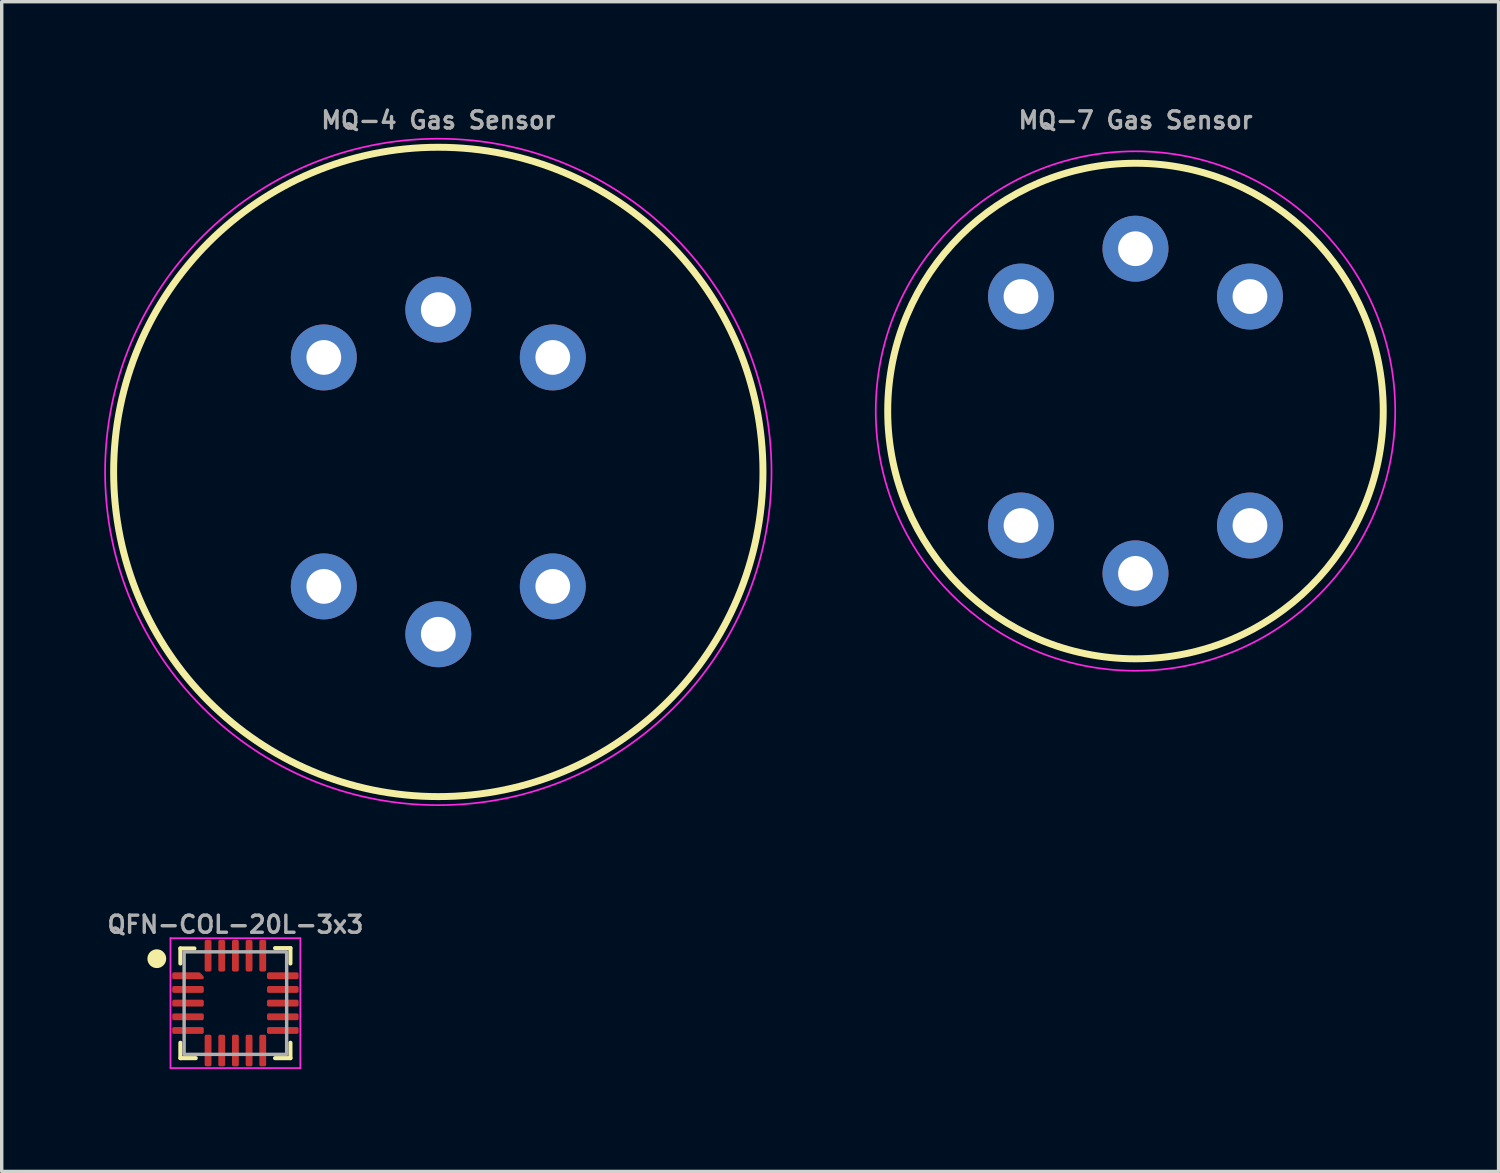
<source format=kicad_pcb>
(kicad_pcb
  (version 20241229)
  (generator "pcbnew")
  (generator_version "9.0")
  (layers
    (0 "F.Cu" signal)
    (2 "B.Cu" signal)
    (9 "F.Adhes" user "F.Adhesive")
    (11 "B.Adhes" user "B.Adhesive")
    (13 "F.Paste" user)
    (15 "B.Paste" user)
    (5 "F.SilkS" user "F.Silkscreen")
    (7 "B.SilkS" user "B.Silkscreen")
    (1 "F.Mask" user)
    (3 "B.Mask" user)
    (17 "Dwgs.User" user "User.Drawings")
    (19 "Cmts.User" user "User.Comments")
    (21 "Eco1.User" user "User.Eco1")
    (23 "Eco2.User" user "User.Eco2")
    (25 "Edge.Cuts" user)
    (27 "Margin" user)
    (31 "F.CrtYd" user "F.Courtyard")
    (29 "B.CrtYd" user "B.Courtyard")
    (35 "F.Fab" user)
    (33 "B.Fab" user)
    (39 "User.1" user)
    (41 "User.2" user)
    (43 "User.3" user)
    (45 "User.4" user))
  (footprint "QFN-COL-20L-3x3"
    (layer "F.Cu")
    (at 3.838 26.302)
    (property "Reference" "QFN-COL-20L-3x3" (at 0 -2.3 0) (unlocked yes) (layer "F.Fab") (effects (font (size 0.5 0.5) (thickness 0.1) (bold yes))))
    (attr smd)
    (fp_line (start -1.61 -1.16) (end -1.61 -1.6) (stroke (width 0.12) (type solid)) (layer "F.SilkS"))
    (fp_line (start -1.61 1.61) (end -1.61 1.16) (stroke (width 0.12) (type solid)) (layer "F.SilkS"))
    (fp_line (start -1.2 -1.6) (end -1.61 -1.6) (stroke (width 0.12) (type solid)) (layer "F.SilkS"))
    (fp_line (start -1.16 1.61) (end -1.61 1.61) (stroke (width 0.12) (type solid)) (layer "F.SilkS"))
    (fp_line (start 1.16 -1.61) (end 1.61 -1.61) (stroke (width 0.12) (type solid)) (layer "F.SilkS"))
    (fp_line (start 1.16 1.61) (end 1.61 1.61) (stroke (width 0.12) (type solid)) (layer "F.SilkS"))
    (fp_line (start 1.61 -1.61) (end 1.61 -1.16) (stroke (width 0.12) (type solid)) (layer "F.SilkS"))
    (fp_line (start 1.61 1.61) (end 1.61 1.16) (stroke (width 0.12) (type solid)) (layer "F.SilkS"))
    (fp_circle (center -2.3 -1.3) (end -2.3 -1.1) (stroke (width 0.15) (type solid)) (fill yes) (layer "F.SilkS"))
    (fp_line (start -1.9 1.9) (end -1.9 -1.9) (stroke (width 0.05) (type solid)) (layer "F.CrtYd"))
    (fp_line (start -1.9 1.9) (end 1.9 1.9) (stroke (width 0.05) (type solid)) (layer "F.CrtYd"))
    (fp_line (start 1.9 -1.9) (end -1.9 -1.9) (stroke (width 0.05) (type solid)) (layer "F.CrtYd"))
    (fp_line (start 1.9 1.9) (end 1.9 -1.9) (stroke (width 0.05) (type solid)) (layer "F.CrtYd"))
    (fp_poly (pts (xy -1.5 -1.5) (xy -1.5 1.5) (xy 1.5 1.5) (xy 1.5 -1.5) (xy -1.5 -1.5)) (stroke (width 0.1) (type solid)) (fill no) (layer "F.Fab"))
    (pad "1" smd custom (at -1.387 -0.8) (size 0.115 0.115) (layers "F.Cu" "F.Mask" "F.Paste") (options (anchor circle)) (primitives (gr_poly (pts (xy -0.422 -0.06) (xy 0.326 -0.06) (xy 0.422 0.037) (xy 0.422 0.06) (xy -0.422 0.06)) (width 0.08) (fill yes))))
    (pad "2" smd roundrect (at -1.387 -0.4) (size 0.925 0.2) (layers "F.Cu" "F.Mask" "F.Paste") (roundrect_rratio 0.25))
    (pad "3" smd roundrect (at -1.387 0) (size 0.925 0.2) (layers "F.Cu" "F.Mask" "F.Paste") (roundrect_rratio 0.25))
    (pad "4" smd roundrect (at -1.387 0.4) (size 0.925 0.2) (layers "F.Cu" "F.Mask" "F.Paste") (roundrect_rratio 0.25))
    (pad "5" smd roundrect (at -1.387 0.8) (size 0.925 0.2) (layers "F.Cu" "F.Mask" "F.Paste") (roundrect_rratio 0.25))
    (pad "6" smd roundrect (at -0.8 1.387 90) (size 0.925 0.2) (layers "F.Cu" "F.Mask" "F.Paste") (roundrect_rratio 0.25))
    (pad "7" smd roundrect (at -0.4 1.387) (size 0.2 0.925) (layers "F.Cu" "F.Mask" "F.Paste") (roundrect_rratio 0.25))
    (pad "8" smd roundrect (at 0 1.387) (size 0.2 0.925) (layers "F.Cu" "F.Mask" "F.Paste") (roundrect_rratio 0.25))
    (pad "9" smd roundrect (at 0.4 1.387) (size 0.2 0.925) (layers "F.Cu" "F.Mask" "F.Paste") (roundrect_rratio 0.25))
    (pad "10" smd roundrect (at 0.8 1.387 90) (size 0.925 0.2) (layers "F.Cu" "F.Mask" "F.Paste") (roundrect_rratio 0.25))
    (pad "11" smd roundrect (at 1.387 0.8) (size 0.925 0.2) (layers "F.Cu" "F.Mask" "F.Paste") (roundrect_rratio 0.25))
    (pad "12" smd roundrect (at 1.387 0.4) (size 0.925 0.2) (layers "F.Cu" "F.Mask" "F.Paste") (roundrect_rratio 0.25))
    (pad "13" smd roundrect (at 1.387 0) (size 0.925 0.2) (layers "F.Cu" "F.Mask" "F.Paste") (roundrect_rratio 0.25))
    (pad "14" smd roundrect (at 1.387 -0.4) (size 0.925 0.2) (layers "F.Cu" "F.Mask" "F.Paste") (roundrect_rratio 0.25))
    (pad "15" smd roundrect (at 1.387 -0.8) (size 0.925 0.2) (layers "F.Cu" "F.Mask" "F.Paste") (roundrect_rratio 0.25))
    (pad "16" smd roundrect (at 0.8 -1.387 90) (size 0.925 0.2) (layers "F.Cu" "F.Mask" "F.Paste") (roundrect_rratio 0.25))
    (pad "17" smd roundrect (at 0.4 -1.387) (size 0.2 0.925) (layers "F.Cu" "F.Mask" "F.Paste") (roundrect_rratio 0.25))
    (pad "18" smd roundrect (at 0 -1.387) (size 0.2 0.925) (layers "F.Cu" "F.Mask" "F.Paste") (roundrect_rratio 0.25))
    (pad "19" smd roundrect (at -0.4 -1.387) (size 0.2 0.925) (layers "F.Cu" "F.Mask" "F.Paste") (roundrect_rratio 0.25))
    (pad "20" smd roundrect (at -0.8 -1.387 90) (size 0.925 0.2) (layers "F.Cu" "F.Mask" "F.Paste") (roundrect_rratio 0.25)))
  (footprint "MQ-7 Gas Sensor"
    (layer "F.Cu")
    (at 30.175 8.977)
    (property "Reference" "MQ-7 Gas Sensor" (at 0 -8.509 0) (layer "F.Fab") (effects (font (size 0.5 0.5) (thickness 0.1) (bold yes))))
    (fp_circle (center 0 0) (end 0 -7.25) (stroke (width 0.203) (type solid)) (fill no) (layer "F.SilkS"))
    (fp_circle (center 0 0) (end 0 -7.6) (stroke (width 0.05) (type default)) (fill no) (layer "F.CrtYd"))
    (pad "1" thru_hole circle (at 3.35 -3.35 90) (size 1.93 1.93) (drill 1.016) (layers "*.Cu" "*.Mask"))
    (pad "2" thru_hole circle (at 0 -4.75 90) (size 1.93 1.93) (drill 1.016) (layers "*.Cu" "*.Mask"))
    (pad "3" thru_hole circle (at -3.35 -3.35 90) (size 1.93 1.93) (drill 1.016) (layers "*.Cu" "*.Mask"))
    (pad "4" thru_hole circle (at -3.35 3.35 90) (size 1.93 1.93) (drill 1.016) (layers "*.Cu" "*.Mask"))
    (pad "5" thru_hole circle (at 0 4.75 90) (size 1.93 1.93) (drill 1.016) (layers "*.Cu" "*.Mask"))
    (pad "6" thru_hole circle (at 3.35 3.35 90) (size 1.93 1.93) (drill 1.016) (layers "*.Cu" "*.Mask")))
  (footprint "MQ-4 Gas Sensor"
    (layer "F.Cu")
    (at 9.775 10.759)
    (property "Reference" "MQ-4 Gas Sensor" (at 0 -10.291 180) (layer "F.Fab") (effects (font (size 0.5 0.5) (thickness 0.1) (bold yes))))
    (fp_circle (center 0 0) (end 0 -9.5) (stroke (width 0.203) (type solid)) (fill no) (layer "F.SilkS"))
    (fp_circle (center 0 0) (end 0 -9.75) (stroke (width 0.05) (type default)) (fill no) (layer "F.CrtYd"))
    (pad "1" thru_hole circle (at 3.35 -3.35 90) (size 1.93 1.93) (drill 1.016) (layers "*.Cu" "*.Mask"))
    (pad "2" thru_hole circle (at 0 -4.75 90) (size 1.93 1.93) (drill 1.016) (layers "*.Cu" "*.Mask"))
    (pad "3" thru_hole circle (at -3.35 -3.35 90) (size 1.93 1.93) (drill 1.016) (layers "*.Cu" "*.Mask"))
    (pad "4" thru_hole circle (at -3.35 3.35 90) (size 1.93 1.93) (drill 1.016) (layers "*.Cu" "*.Mask"))
    (pad "5" thru_hole circle (at 0 4.75 90) (size 1.93 1.93) (drill 1.016) (layers "*.Cu" "*.Mask"))
    (pad "6" thru_hole circle (at 3.35 3.35 90) (size 1.93 1.93) (drill 1.016) (layers "*.Cu" "*.Mask")))
  (gr_rect
    (start -3 -3)
    (end 40.8 31.227)
    (stroke (width 0.1) (type default))
    (fill no)
    (layer "Edge.Cuts")))
</source>
